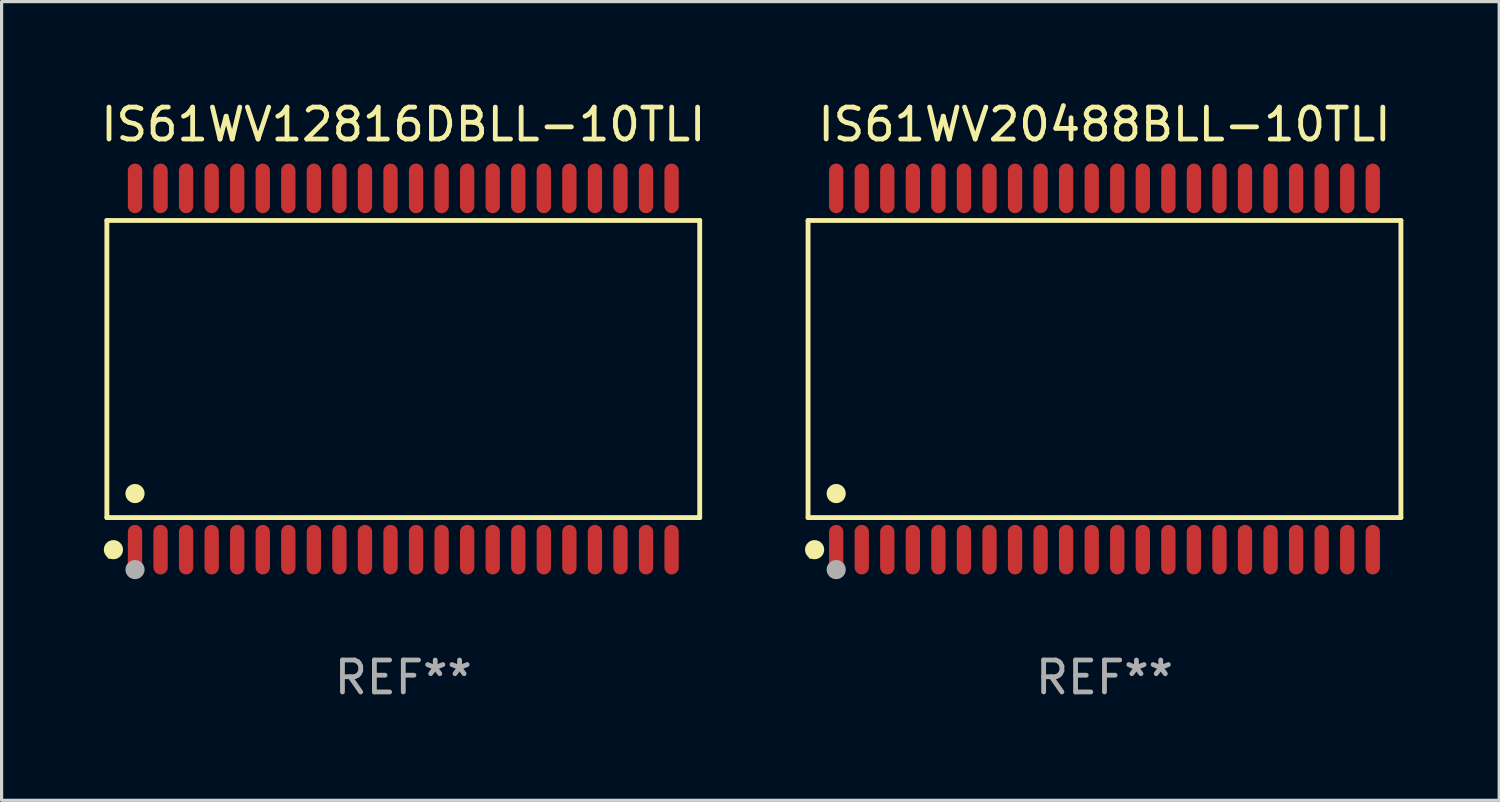
<source format=kicad_pcb>
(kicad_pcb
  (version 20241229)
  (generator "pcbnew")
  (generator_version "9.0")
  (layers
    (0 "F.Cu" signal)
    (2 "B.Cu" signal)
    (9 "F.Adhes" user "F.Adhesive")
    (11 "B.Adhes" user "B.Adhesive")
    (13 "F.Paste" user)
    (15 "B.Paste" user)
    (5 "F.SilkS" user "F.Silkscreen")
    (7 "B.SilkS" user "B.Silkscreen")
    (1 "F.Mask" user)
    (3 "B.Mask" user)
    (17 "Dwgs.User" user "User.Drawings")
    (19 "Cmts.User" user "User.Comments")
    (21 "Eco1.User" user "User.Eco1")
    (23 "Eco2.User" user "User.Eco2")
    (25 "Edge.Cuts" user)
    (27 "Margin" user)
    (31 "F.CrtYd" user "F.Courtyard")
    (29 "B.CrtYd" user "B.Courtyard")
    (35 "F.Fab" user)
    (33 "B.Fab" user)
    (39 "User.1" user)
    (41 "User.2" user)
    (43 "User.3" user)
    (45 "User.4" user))
  (footprint "IS61WV20488BLL-10TLI"
    (layer "F.Cu")
    (at 31.531 8.504)
    (property "Reference" "IS61WV20488BLL-10TLI" (at 0 -7.656 0) (layer "F.SilkS") (effects (font (size 1 1) (thickness 0.15))))
    (attr through_hole)
    (fp_line (start -9.281 -4.651) (end 9.281 -4.651) (stroke (width 0.152) (type solid)) (layer "F.SilkS"))
    (fp_line (start -9.281 4.651) (end -9.281 -4.651) (stroke (width 0.152) (type solid)) (layer "F.SilkS"))
    (fp_line (start 9.281 -4.651) (end 9.281 4.651) (stroke (width 0.152) (type solid)) (layer "F.SilkS"))
    (fp_line (start 9.281 4.651) (end -9.281 4.651) (stroke (width 0.152) (type solid)) (layer "F.SilkS"))
    (fp_circle (center -9.205 5.88) (end -9.175 5.88) (stroke (width 0.06) (type solid)) (fill no) (layer "F.SilkS"))
    (fp_circle (center -9.076 5.656) (end -8.926 5.656) (stroke (width 0.3) (type solid)) (fill no) (layer "F.SilkS"))
    (fp_circle (center -8.4 3.899) (end -8.25 3.899) (stroke (width 0.3) (type solid)) (fill no) (layer "F.SilkS"))
    (fp_circle (center -8.4 6.28) (end -8.25 6.28) (stroke (width 0.3) (type solid)) (fill no) (layer "F.Fab"))
    (fp_text user "REF**" (at 0 9.656 0) (layer "F.Fab") (effects (font (size 1 1) (thickness 0.15))))
    (pad "1" smd oval (at -8.4 5.656) (size 0.448 1.551) (layers "F.Cu" "F.Mask" "F.Paste"))
    (pad "2" smd oval (at -7.6 5.656) (size 0.448 1.551) (layers "F.Cu" "F.Mask" "F.Paste"))
    (pad "3" smd oval (at -6.8 5.656) (size 0.448 1.551) (layers "F.Cu" "F.Mask" "F.Paste"))
    (pad "4" smd oval (at -6 5.656) (size 0.448 1.551) (layers "F.Cu" "F.Mask" "F.Paste"))
    (pad "5" smd oval (at -5.2 5.656) (size 0.448 1.551) (layers "F.Cu" "F.Mask" "F.Paste"))
    (pad "6" smd oval (at -4.4 5.656) (size 0.448 1.551) (layers "F.Cu" "F.Mask" "F.Paste"))
    (pad "7" smd oval (at -3.6 5.656) (size 0.448 1.551) (layers "F.Cu" "F.Mask" "F.Paste"))
    (pad "8" smd oval (at -2.8 5.656) (size 0.448 1.551) (layers "F.Cu" "F.Mask" "F.Paste"))
    (pad "9" smd oval (at -2 5.656) (size 0.448 1.551) (layers "F.Cu" "F.Mask" "F.Paste"))
    (pad "10" smd oval (at -1.2 5.656) (size 0.448 1.551) (layers "F.Cu" "F.Mask" "F.Paste"))
    (pad "11" smd oval (at -0.4 5.656) (size 0.448 1.551) (layers "F.Cu" "F.Mask" "F.Paste"))
    (pad "12" smd oval (at 0.4 5.656) (size 0.448 1.551) (layers "F.Cu" "F.Mask" "F.Paste"))
    (pad "13" smd oval (at 1.2 5.656) (size 0.448 1.551) (layers "F.Cu" "F.Mask" "F.Paste"))
    (pad "14" smd oval (at 2 5.656) (size 0.448 1.551) (layers "F.Cu" "F.Mask" "F.Paste"))
    (pad "15" smd oval (at 2.8 5.656) (size 0.448 1.551) (layers "F.Cu" "F.Mask" "F.Paste"))
    (pad "16" smd oval (at 3.6 5.656) (size 0.448 1.551) (layers "F.Cu" "F.Mask" "F.Paste"))
    (pad "17" smd oval (at 4.4 5.656) (size 0.448 1.551) (layers "F.Cu" "F.Mask" "F.Paste"))
    (pad "18" smd oval (at 5.2 5.656) (size 0.448 1.551) (layers "F.Cu" "F.Mask" "F.Paste"))
    (pad "19" smd oval (at 6 5.656) (size 0.448 1.551) (layers "F.Cu" "F.Mask" "F.Paste"))
    (pad "20" smd oval (at 6.8 5.656) (size 0.448 1.551) (layers "F.Cu" "F.Mask" "F.Paste"))
    (pad "21" smd oval (at 7.6 5.656) (size 0.448 1.551) (layers "F.Cu" "F.Mask" "F.Paste"))
    (pad "22" smd oval (at 8.4 5.656) (size 0.448 1.551) (layers "F.Cu" "F.Mask" "F.Paste"))
    (pad "23" smd oval (at 8.4 -5.656) (size 0.448 1.551) (layers "F.Cu" "F.Mask" "F.Paste"))
    (pad "24" smd oval (at 7.6 -5.656) (size 0.448 1.551) (layers "F.Cu" "F.Mask" "F.Paste"))
    (pad "25" smd oval (at 6.8 -5.656) (size 0.448 1.551) (layers "F.Cu" "F.Mask" "F.Paste"))
    (pad "26" smd oval (at 6 -5.656) (size 0.448 1.551) (layers "F.Cu" "F.Mask" "F.Paste"))
    (pad "27" smd oval (at 5.2 -5.656) (size 0.448 1.551) (layers "F.Cu" "F.Mask" "F.Paste"))
    (pad "28" smd oval (at 4.4 -5.656) (size 0.448 1.551) (layers "F.Cu" "F.Mask" "F.Paste"))
    (pad "29" smd oval (at 3.6 -5.656) (size 0.448 1.551) (layers "F.Cu" "F.Mask" "F.Paste"))
    (pad "30" smd oval (at 2.8 -5.656) (size 0.448 1.551) (layers "F.Cu" "F.Mask" "F.Paste"))
    (pad "31" smd oval (at 2 -5.656) (size 0.448 1.551) (layers "F.Cu" "F.Mask" "F.Paste"))
    (pad "32" smd oval (at 1.2 -5.656) (size 0.448 1.551) (layers "F.Cu" "F.Mask" "F.Paste"))
    (pad "33" smd oval (at 0.4 -5.656) (size 0.448 1.551) (layers "F.Cu" "F.Mask" "F.Paste"))
    (pad "34" smd oval (at -0.4 -5.656) (size 0.448 1.551) (layers "F.Cu" "F.Mask" "F.Paste"))
    (pad "35" smd oval (at -1.2 -5.656) (size 0.448 1.551) (layers "F.Cu" "F.Mask" "F.Paste"))
    (pad "36" smd oval (at -2 -5.656) (size 0.448 1.551) (layers "F.Cu" "F.Mask" "F.Paste"))
    (pad "37" smd oval (at -2.8 -5.656) (size 0.448 1.551) (layers "F.Cu" "F.Mask" "F.Paste"))
    (pad "38" smd oval (at -3.6 -5.656) (size 0.448 1.551) (layers "F.Cu" "F.Mask" "F.Paste"))
    (pad "39" smd oval (at -4.4 -5.656) (size 0.448 1.551) (layers "F.Cu" "F.Mask" "F.Paste"))
    (pad "40" smd oval (at -5.2 -5.656) (size 0.448 1.551) (layers "F.Cu" "F.Mask" "F.Paste"))
    (pad "41" smd oval (at -6 -5.656) (size 0.448 1.551) (layers "F.Cu" "F.Mask" "F.Paste"))
    (pad "42" smd oval (at -6.8 -5.656) (size 0.448 1.551) (layers "F.Cu" "F.Mask" "F.Paste"))
    (pad "43" smd oval (at -7.6 -5.656) (size 0.448 1.551) (layers "F.Cu" "F.Mask" "F.Paste"))
    (pad "44" smd oval (at -8.4 -5.656) (size 0.448 1.551) (layers "F.Cu" "F.Mask" "F.Paste")))
  (footprint "IS61WV12816DBLL-10TLI"
    (layer "F.Cu")
    (at 9.577 8.504)
    (property "Reference" "IS61WV12816DBLL-10TLI" (at 0 -7.656 0) (layer "F.SilkS") (effects (font (size 1 1) (thickness 0.15))))
    (attr through_hole)
    (fp_line (start -9.281 -4.651) (end 9.281 -4.651) (stroke (width 0.152) (type solid)) (layer "F.SilkS"))
    (fp_line (start -9.281 4.651) (end -9.281 -4.651) (stroke (width 0.152) (type solid)) (layer "F.SilkS"))
    (fp_line (start 9.281 -4.651) (end 9.281 4.651) (stroke (width 0.152) (type solid)) (layer "F.SilkS"))
    (fp_line (start 9.281 4.651) (end -9.281 4.651) (stroke (width 0.152) (type solid)) (layer "F.SilkS"))
    (fp_circle (center -9.205 5.88) (end -9.175 5.88) (stroke (width 0.06) (type solid)) (fill no) (layer "F.SilkS"))
    (fp_circle (center -9.076 5.656) (end -8.926 5.656) (stroke (width 0.3) (type solid)) (fill no) (layer "F.SilkS"))
    (fp_circle (center -8.4 3.899) (end -8.25 3.899) (stroke (width 0.3) (type solid)) (fill no) (layer "F.SilkS"))
    (fp_circle (center -8.4 6.28) (end -8.25 6.28) (stroke (width 0.3) (type solid)) (fill no) (layer "F.Fab"))
    (fp_text user "REF**" (at 0 9.656 0) (layer "F.Fab") (effects (font (size 1 1) (thickness 0.15))))
    (pad "1" smd oval (at -8.4 5.656) (size 0.448 1.551) (layers "F.Cu" "F.Mask" "F.Paste"))
    (pad "2" smd oval (at -7.6 5.656) (size 0.448 1.551) (layers "F.Cu" "F.Mask" "F.Paste"))
    (pad "3" smd oval (at -6.8 5.656) (size 0.448 1.551) (layers "F.Cu" "F.Mask" "F.Paste"))
    (pad "4" smd oval (at -6 5.656) (size 0.448 1.551) (layers "F.Cu" "F.Mask" "F.Paste"))
    (pad "5" smd oval (at -5.2 5.656) (size 0.448 1.551) (layers "F.Cu" "F.Mask" "F.Paste"))
    (pad "6" smd oval (at -4.4 5.656) (size 0.448 1.551) (layers "F.Cu" "F.Mask" "F.Paste"))
    (pad "7" smd oval (at -3.6 5.656) (size 0.448 1.551) (layers "F.Cu" "F.Mask" "F.Paste"))
    (pad "8" smd oval (at -2.8 5.656) (size 0.448 1.551) (layers "F.Cu" "F.Mask" "F.Paste"))
    (pad "9" smd oval (at -2 5.656) (size 0.448 1.551) (layers "F.Cu" "F.Mask" "F.Paste"))
    (pad "10" smd oval (at -1.2 5.656) (size 0.448 1.551) (layers "F.Cu" "F.Mask" "F.Paste"))
    (pad "11" smd oval (at -0.4 5.656) (size 0.448 1.551) (layers "F.Cu" "F.Mask" "F.Paste"))
    (pad "12" smd oval (at 0.4 5.656) (size 0.448 1.551) (layers "F.Cu" "F.Mask" "F.Paste"))
    (pad "13" smd oval (at 1.2 5.656) (size 0.448 1.551) (layers "F.Cu" "F.Mask" "F.Paste"))
    (pad "14" smd oval (at 2 5.656) (size 0.448 1.551) (layers "F.Cu" "F.Mask" "F.Paste"))
    (pad "15" smd oval (at 2.8 5.656) (size 0.448 1.551) (layers "F.Cu" "F.Mask" "F.Paste"))
    (pad "16" smd oval (at 3.6 5.656) (size 0.448 1.551) (layers "F.Cu" "F.Mask" "F.Paste"))
    (pad "17" smd oval (at 4.4 5.656) (size 0.448 1.551) (layers "F.Cu" "F.Mask" "F.Paste"))
    (pad "18" smd oval (at 5.2 5.656) (size 0.448 1.551) (layers "F.Cu" "F.Mask" "F.Paste"))
    (pad "19" smd oval (at 6 5.656) (size 0.448 1.551) (layers "F.Cu" "F.Mask" "F.Paste"))
    (pad "20" smd oval (at 6.8 5.656) (size 0.448 1.551) (layers "F.Cu" "F.Mask" "F.Paste"))
    (pad "21" smd oval (at 7.6 5.656) (size 0.448 1.551) (layers "F.Cu" "F.Mask" "F.Paste"))
    (pad "22" smd oval (at 8.4 5.656) (size 0.448 1.551) (layers "F.Cu" "F.Mask" "F.Paste"))
    (pad "23" smd oval (at 8.4 -5.656) (size 0.448 1.551) (layers "F.Cu" "F.Mask" "F.Paste"))
    (pad "24" smd oval (at 7.6 -5.656) (size 0.448 1.551) (layers "F.Cu" "F.Mask" "F.Paste"))
    (pad "25" smd oval (at 6.8 -5.656) (size 0.448 1.551) (layers "F.Cu" "F.Mask" "F.Paste"))
    (pad "26" smd oval (at 6 -5.656) (size 0.448 1.551) (layers "F.Cu" "F.Mask" "F.Paste"))
    (pad "27" smd oval (at 5.2 -5.656) (size 0.448 1.551) (layers "F.Cu" "F.Mask" "F.Paste"))
    (pad "28" smd oval (at 4.4 -5.656) (size 0.448 1.551) (layers "F.Cu" "F.Mask" "F.Paste"))
    (pad "29" smd oval (at 3.6 -5.656) (size 0.448 1.551) (layers "F.Cu" "F.Mask" "F.Paste"))
    (pad "30" smd oval (at 2.8 -5.656) (size 0.448 1.551) (layers "F.Cu" "F.Mask" "F.Paste"))
    (pad "31" smd oval (at 2 -5.656) (size 0.448 1.551) (layers "F.Cu" "F.Mask" "F.Paste"))
    (pad "32" smd oval (at 1.2 -5.656) (size 0.448 1.551) (layers "F.Cu" "F.Mask" "F.Paste"))
    (pad "33" smd oval (at 0.4 -5.656) (size 0.448 1.551) (layers "F.Cu" "F.Mask" "F.Paste"))
    (pad "34" smd oval (at -0.4 -5.656) (size 0.448 1.551) (layers "F.Cu" "F.Mask" "F.Paste"))
    (pad "35" smd oval (at -1.2 -5.656) (size 0.448 1.551) (layers "F.Cu" "F.Mask" "F.Paste"))
    (pad "36" smd oval (at -2 -5.656) (size 0.448 1.551) (layers "F.Cu" "F.Mask" "F.Paste"))
    (pad "37" smd oval (at -2.8 -5.656) (size 0.448 1.551) (layers "F.Cu" "F.Mask" "F.Paste"))
    (pad "38" smd oval (at -3.6 -5.656) (size 0.448 1.551) (layers "F.Cu" "F.Mask" "F.Paste"))
    (pad "39" smd oval (at -4.4 -5.656) (size 0.448 1.551) (layers "F.Cu" "F.Mask" "F.Paste"))
    (pad "40" smd oval (at -5.2 -5.656) (size 0.448 1.551) (layers "F.Cu" "F.Mask" "F.Paste"))
    (pad "41" smd oval (at -6 -5.656) (size 0.448 1.551) (layers "F.Cu" "F.Mask" "F.Paste"))
    (pad "42" smd oval (at -6.8 -5.656) (size 0.448 1.551) (layers "F.Cu" "F.Mask" "F.Paste"))
    (pad "43" smd oval (at -7.6 -5.656) (size 0.448 1.551) (layers "F.Cu" "F.Mask" "F.Paste"))
    (pad "44" smd oval (at -8.4 -5.656) (size 0.448 1.551) (layers "F.Cu" "F.Mask" "F.Paste")))
  (gr_rect
    (start -3 -3)
    (end 43.889 22.008)
    (stroke (width 0.1) (type default))
    (fill no)
    (layer "Edge.Cuts")))
</source>
